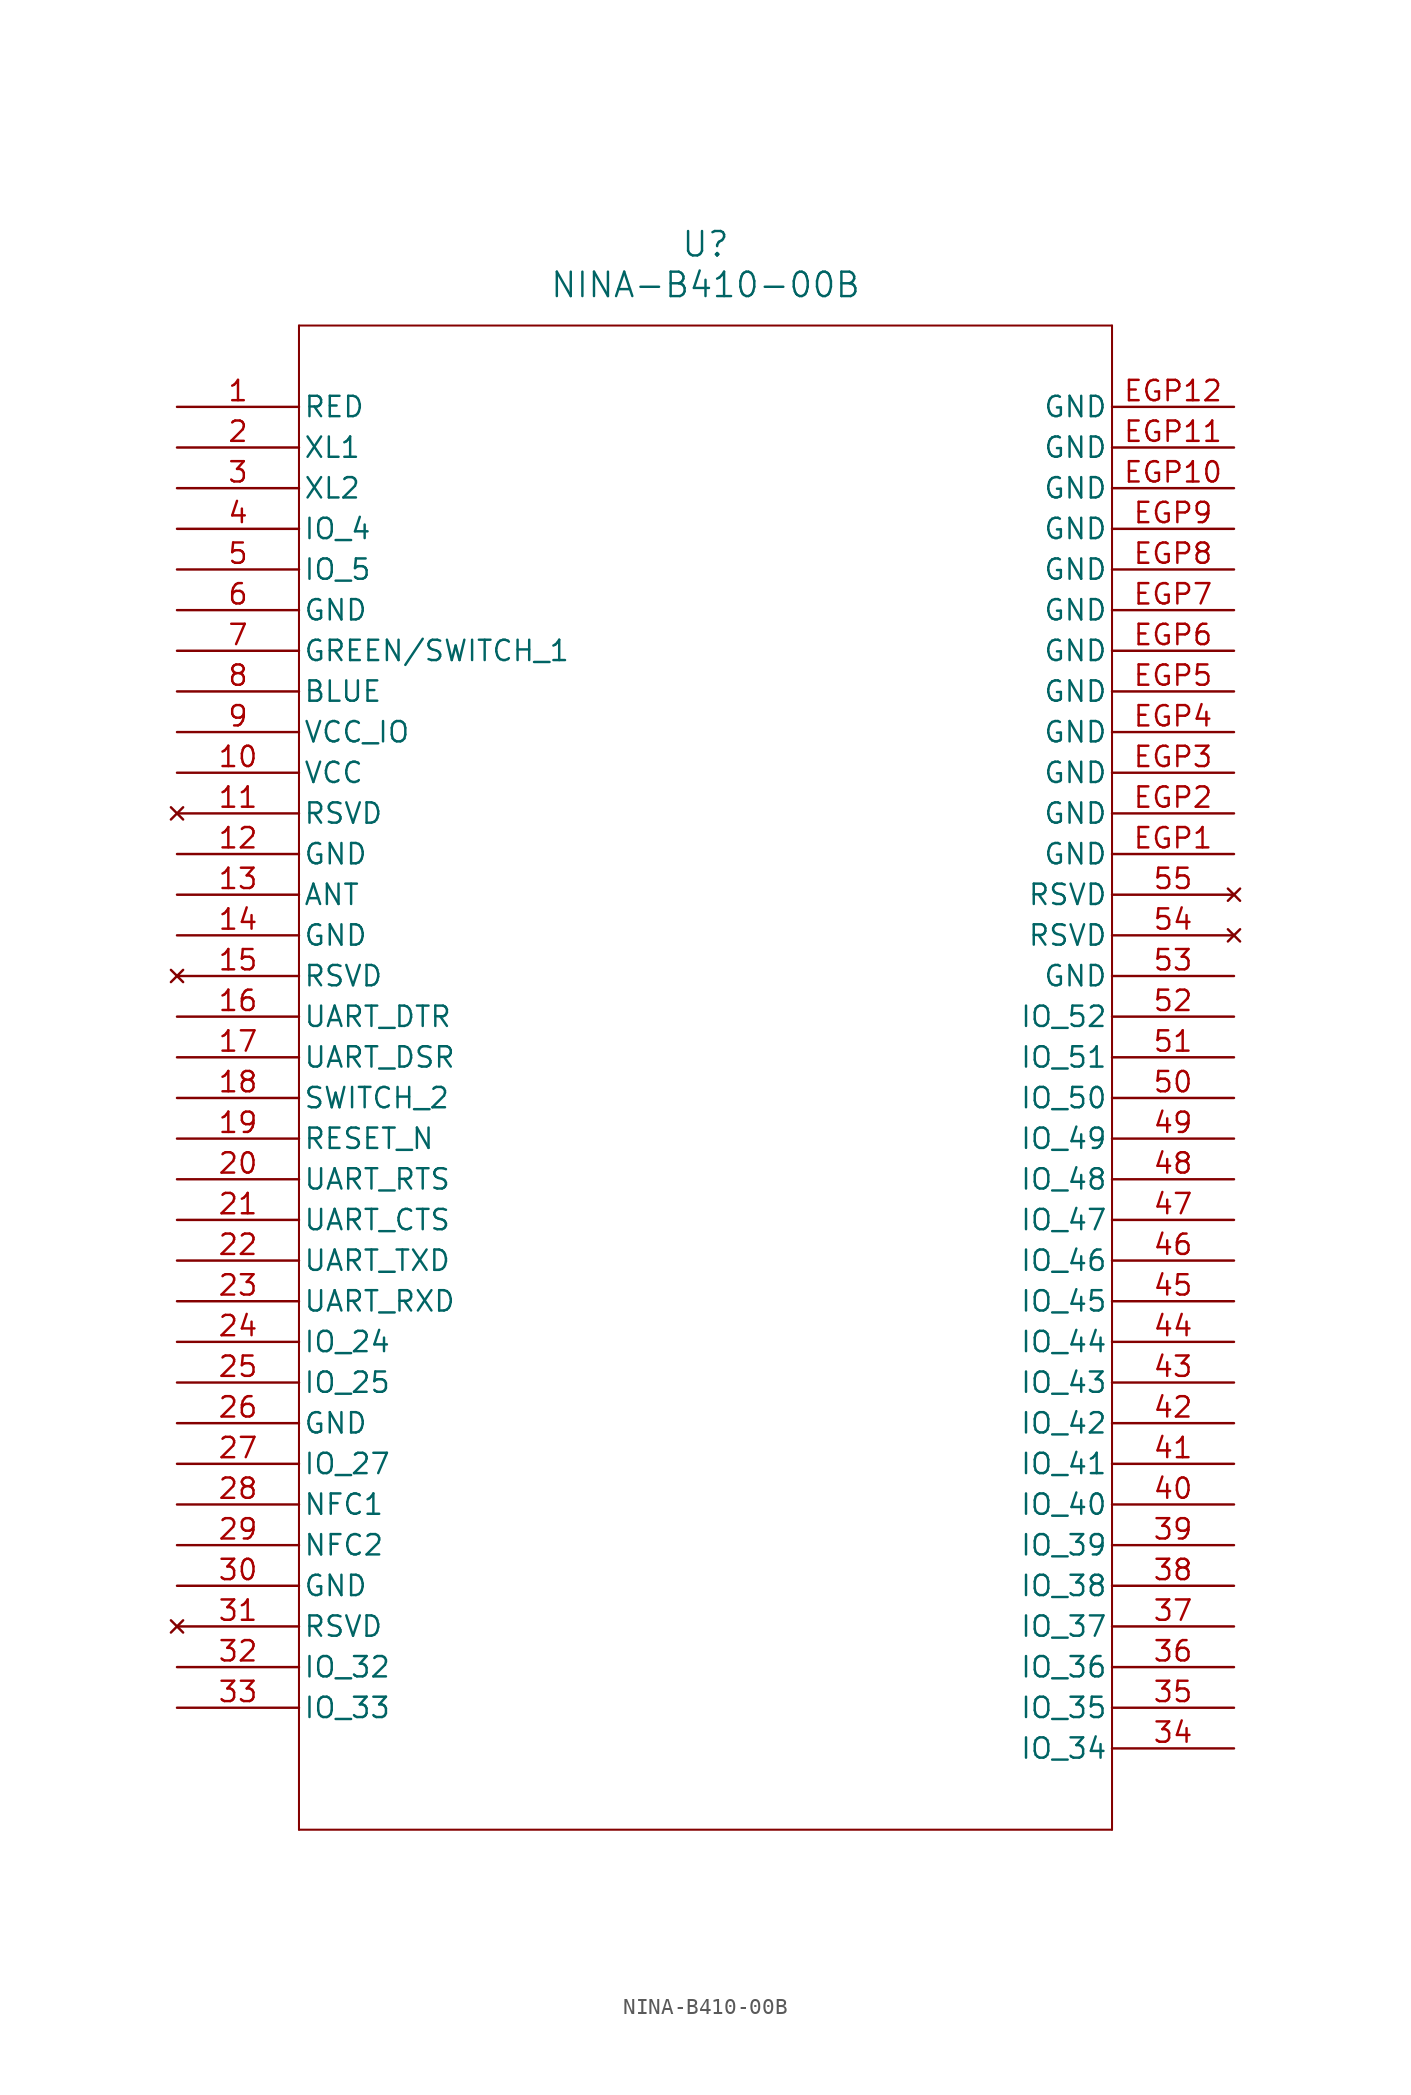
<source format=kicad_sym>
(kicad_symbol_lib
  (version 20211014)
  (generator kicad_symbol_editor)
  (symbol "NINA-B410-00B"
    (pin_names
      (offset 0.254))
    (property "Reference" "U"
      (at 33.02 10.16 0)
      (effects (font (size 1.524 1.524))))
    (property "Value" "NINA-B410-00B"
      (at 33.02 7.62 0)
      (effects (font (size 1.524 1.524))))
    (symbol "NINA-B410-00B_0_1"
      (polyline (pts (xy 7.62 5.08) (xy 7.62 -88.9)) (stroke (width 0.127) (type default) (color 0 0 0 0)) (fill (type none)))
      (polyline (pts (xy 7.62 -88.9) (xy 58.42 -88.9)) (stroke (width 0.127) (type default) (color 0 0 0 0)) (fill (type none)))
      (polyline (pts (xy 58.42 -88.9) (xy 58.42 5.08)) (stroke (width 0.127) (type default) (color 0 0 0 0)) (fill (type none)))
      (polyline (pts (xy 58.42 5.08) (xy 7.62 5.08)) (stroke (width 0.127) (type default) (color 0 0 0 0)) (fill (type none)))
      (pin output line (at 0 0 0) (length 7.62) (name "RED" (effects (font (size 1.27 1.27)))) (number "1" (effects (font (size 1.27 1.27)))))
      (pin bidirectional line (at 0 -2.54 0) (length 7.62) (name "XL1" (effects (font (size 1.27 1.27)))) (number "2" (effects (font (size 1.27 1.27)))))
      (pin bidirectional line (at 0 -5.08 0) (length 7.62) (name "XL2" (effects (font (size 1.27 1.27)))) (number "3" (effects (font (size 1.27 1.27)))))
      (pin bidirectional line (at 0 -7.62 0) (length 7.62) (name "IO_4" (effects (font (size 1.27 1.27)))) (number "4" (effects (font (size 1.27 1.27)))))
      (pin bidirectional line (at 0 -10.16 0) (length 7.62) (name "IO_5" (effects (font (size 1.27 1.27)))) (number "5" (effects (font (size 1.27 1.27)))))
      (pin power_out line (at 0 -12.7 0) (length 7.62) (name "GND" (effects (font (size 1.27 1.27)))) (number "6" (effects (font (size 1.27 1.27)))))
      (pin bidirectional line (at 0 -15.24 0) (length 7.62) (name "GREEN/SWITCH_1" (effects (font (size 1.27 1.27)))) (number "7" (effects (font (size 1.27 1.27)))))
      (pin output line (at 0 -17.78 0) (length 7.62) (name "BLUE" (effects (font (size 1.27 1.27)))) (number "8" (effects (font (size 1.27 1.27)))))
      (pin power_in line (at 0 -20.32 0) (length 7.62) (name "VCC_IO" (effects (font (size 1.27 1.27)))) (number "9" (effects (font (size 1.27 1.27)))))
      (pin power_in line (at 0 -22.86 0) (length 7.62) (name "VCC" (effects (font (size 1.27 1.27)))) (number "10" (effects (font (size 1.27 1.27)))))
      (pin no_connect line (at 0 -25.4 0) (length 7.62) (name "RSVD" (effects (font (size 1.27 1.27)))) (number "11" (effects (font (size 1.27 1.27)))))
      (pin power_out line (at 0 -27.94 0) (length 7.62) (name "GND" (effects (font (size 1.27 1.27)))) (number "12" (effects (font (size 1.27 1.27)))))
      (pin bidirectional line (at 0 -30.48 0) (length 7.62) (name "ANT" (effects (font (size 1.27 1.27)))) (number "13" (effects (font (size 1.27 1.27)))))
      (pin power_out line (at 0 -33.02 0) (length 7.62) (name "GND" (effects (font (size 1.27 1.27)))) (number "14" (effects (font (size 1.27 1.27)))))
      (pin no_connect line (at 0 -35.56 0) (length 7.62) (name "RSVD" (effects (font (size 1.27 1.27)))) (number "15" (effects (font (size 1.27 1.27)))))
      (pin output line (at 0 -38.1 0) (length 7.62) (name "UART_DTR" (effects (font (size 1.27 1.27)))) (number "16" (effects (font (size 1.27 1.27)))))
      (pin input line (at 0 -40.64 0) (length 7.62) (name "UART_DSR" (effects (font (size 1.27 1.27)))) (number "17" (effects (font (size 1.27 1.27)))))
      (pin input line (at 0 -43.18 0) (length 7.62) (name "SWITCH_2" (effects (font (size 1.27 1.27)))) (number "18" (effects (font (size 1.27 1.27)))))
      (pin input line (at 0 -45.72 0) (length 7.62) (name "RESET_N" (effects (font (size 1.27 1.27)))) (number "19" (effects (font (size 1.27 1.27)))))
      (pin output line (at 0 -48.26 0) (length 7.62) (name "UART_RTS" (effects (font (size 1.27 1.27)))) (number "20" (effects (font (size 1.27 1.27)))))
      (pin input line (at 0 -50.8 0) (length 7.62) (name "UART_CTS" (effects (font (size 1.27 1.27)))) (number "21" (effects (font (size 1.27 1.27)))))
      (pin output line (at 0 -53.34 0) (length 7.62) (name "UART_TXD" (effects (font (size 1.27 1.27)))) (number "22" (effects (font (size 1.27 1.27)))))
      (pin input line (at 0 -55.88 0) (length 7.62) (name "UART_RXD" (effects (font (size 1.27 1.27)))) (number "23" (effects (font (size 1.27 1.27)))))
      (pin bidirectional line (at 0 -58.42 0) (length 7.62) (name "IO_24" (effects (font (size 1.27 1.27)))) (number "24" (effects (font (size 1.27 1.27)))))
      (pin bidirectional line (at 0 -60.96 0) (length 7.62) (name "IO_25" (effects (font (size 1.27 1.27)))) (number "25" (effects (font (size 1.27 1.27)))))
      (pin power_out line (at 0 -63.5 0) (length 7.62) (name "GND" (effects (font (size 1.27 1.27)))) (number "26" (effects (font (size 1.27 1.27)))))
      (pin bidirectional line (at 0 -66.04 0) (length 7.62) (name "IO_27" (effects (font (size 1.27 1.27)))) (number "27" (effects (font (size 1.27 1.27)))))
      (pin bidirectional line (at 0 -68.58 0) (length 7.62) (name "NFC1" (effects (font (size 1.27 1.27)))) (number "28" (effects (font (size 1.27 1.27)))))
      (pin bidirectional line (at 0 -71.12 0) (length 7.62) (name "NFC2" (effects (font (size 1.27 1.27)))) (number "29" (effects (font (size 1.27 1.27)))))
      (pin power_out line (at 0 -73.66 0) (length 7.62) (name "GND" (effects (font (size 1.27 1.27)))) (number "30" (effects (font (size 1.27 1.27)))))
      (pin no_connect line (at 0 -76.2 0) (length 7.62) (name "RSVD" (effects (font (size 1.27 1.27)))) (number "31" (effects (font (size 1.27 1.27)))))
      (pin bidirectional line (at 0 -78.74 0) (length 7.62) (name "IO_32" (effects (font (size 1.27 1.27)))) (number "32" (effects (font (size 1.27 1.27)))))
      (pin bidirectional line (at 0 -81.28 0) (length 7.62) (name "IO_33" (effects (font (size 1.27 1.27)))) (number "33" (effects (font (size 1.27 1.27)))))
      (pin bidirectional line (at 66.04 -83.82 180) (length 7.62) (name "IO_34" (effects (font (size 1.27 1.27)))) (number "34" (effects (font (size 1.27 1.27)))))
      (pin bidirectional line (at 66.04 -81.28 180) (length 7.62) (name "IO_35" (effects (font (size 1.27 1.27)))) (number "35" (effects (font (size 1.27 1.27)))))
      (pin bidirectional line (at 66.04 -78.74 180) (length 7.62) (name "IO_36" (effects (font (size 1.27 1.27)))) (number "36" (effects (font (size 1.27 1.27)))))
      (pin bidirectional line (at 66.04 -76.2 180) (length 7.62) (name "IO_37" (effects (font (size 1.27 1.27)))) (number "37" (effects (font (size 1.27 1.27)))))
      (pin bidirectional line (at 66.04 -73.66 180) (length 7.62) (name "IO_38" (effects (font (size 1.27 1.27)))) (number "38" (effects (font (size 1.27 1.27)))))
      (pin bidirectional line (at 66.04 -71.12 180) (length 7.62) (name "IO_39" (effects (font (size 1.27 1.27)))) (number "39" (effects (font (size 1.27 1.27)))))
      (pin bidirectional line (at 66.04 -68.58 180) (length 7.62) (name "IO_40" (effects (font (size 1.27 1.27)))) (number "40" (effects (font (size 1.27 1.27)))))
      (pin bidirectional line (at 66.04 -66.04 180) (length 7.62) (name "IO_41" (effects (font (size 1.27 1.27)))) (number "41" (effects (font (size 1.27 1.27)))))
      (pin bidirectional line (at 66.04 -63.5 180) (length 7.62) (name "IO_42" (effects (font (size 1.27 1.27)))) (number "42" (effects (font (size 1.27 1.27)))))
      (pin bidirectional line (at 66.04 -60.96 180) (length 7.62) (name "IO_43" (effects (font (size 1.27 1.27)))) (number "43" (effects (font (size 1.27 1.27)))))
      (pin bidirectional line (at 66.04 -58.42 180) (length 7.62) (name "IO_44" (effects (font (size 1.27 1.27)))) (number "44" (effects (font (size 1.27 1.27)))))
      (pin bidirectional line (at 66.04 -55.88 180) (length 7.62) (name "IO_45" (effects (font (size 1.27 1.27)))) (number "45" (effects (font (size 1.27 1.27)))))
      (pin bidirectional line (at 66.04 -53.34 180) (length 7.62) (name "IO_46" (effects (font (size 1.27 1.27)))) (number "46" (effects (font (size 1.27 1.27)))))
      (pin bidirectional line (at 66.04 -50.8 180) (length 7.62) (name "IO_47" (effects (font (size 1.27 1.27)))) (number "47" (effects (font (size 1.27 1.27)))))
      (pin bidirectional line (at 66.04 -48.26 180) (length 7.62) (name "IO_48" (effects (font (size 1.27 1.27)))) (number "48" (effects (font (size 1.27 1.27)))))
      (pin bidirectional line (at 66.04 -45.72 180) (length 7.62) (name "IO_49" (effects (font (size 1.27 1.27)))) (number "49" (effects (font (size 1.27 1.27)))))
      (pin bidirectional line (at 66.04 -43.18 180) (length 7.62) (name "IO_50" (effects (font (size 1.27 1.27)))) (number "50" (effects (font (size 1.27 1.27)))))
      (pin bidirectional line (at 66.04 -40.64 180) (length 7.62) (name "IO_51" (effects (font (size 1.27 1.27)))) (number "51" (effects (font (size 1.27 1.27)))))
      (pin bidirectional line (at 66.04 -38.1 180) (length 7.62) (name "IO_52" (effects (font (size 1.27 1.27)))) (number "52" (effects (font (size 1.27 1.27)))))
      (pin power_out line (at 66.04 -35.56 180) (length 7.62) (name "GND" (effects (font (size 1.27 1.27)))) (number "53" (effects (font (size 1.27 1.27)))))
      (pin no_connect line (at 66.04 -33.02 180) (length 7.62) (name "RSVD" (effects (font (size 1.27 1.27)))) (number "54" (effects (font (size 1.27 1.27)))))
      (pin no_connect line (at 66.04 -30.48 180) (length 7.62) (name "RSVD" (effects (font (size 1.27 1.27)))) (number "55" (effects (font (size 1.27 1.27)))))
      (pin power_out line (at 66.04 -27.94 180) (length 7.62) (name "GND" (effects (font (size 1.27 1.27)))) (number "EGP1" (effects (font (size 1.27 1.27)))))
      (pin power_out line (at 66.04 -25.4 180) (length 7.62) (name "GND" (effects (font (size 1.27 1.27)))) (number "EGP2" (effects (font (size 1.27 1.27)))))
      (pin power_out line (at 66.04 -22.86 180) (length 7.62) (name "GND" (effects (font (size 1.27 1.27)))) (number "EGP3" (effects (font (size 1.27 1.27)))))
      (pin power_out line (at 66.04 -20.32 180) (length 7.62) (name "GND" (effects (font (size 1.27 1.27)))) (number "EGP4" (effects (font (size 1.27 1.27)))))
      (pin power_out line (at 66.04 -17.78 180) (length 7.62) (name "GND" (effects (font (size 1.27 1.27)))) (number "EGP5" (effects (font (size 1.27 1.27)))))
      (pin power_out line (at 66.04 -15.24 180) (length 7.62) (name "GND" (effects (font (size 1.27 1.27)))) (number "EGP6" (effects (font (size 1.27 1.27)))))
      (pin power_out line (at 66.04 -12.7 180) (length 7.62) (name "GND" (effects (font (size 1.27 1.27)))) (number "EGP7" (effects (font (size 1.27 1.27)))))
      (pin power_out line (at 66.04 -10.16 180) (length 7.62) (name "GND" (effects (font (size 1.27 1.27)))) (number "EGP8" (effects (font (size 1.27 1.27)))))
      (pin power_out line (at 66.04 -7.62 180) (length 7.62) (name "GND" (effects (font (size 1.27 1.27)))) (number "EGP9" (effects (font (size 1.27 1.27)))))
      (pin power_out line (at 66.04 -5.08 180) (length 7.62) (name "GND" (effects (font (size 1.27 1.27)))) (number "EGP10" (effects (font (size 1.27 1.27)))))
      (pin power_out line (at 66.04 -2.54 180) (length 7.62) (name "GND" (effects (font (size 1.27 1.27)))) (number "EGP11" (effects (font (size 1.27 1.27)))))
      (pin power_out line (at 66.04 0 180) (length 7.62) (name "GND" (effects (font (size 1.27 1.27)))) (number "EGP12" (effects (font (size 1.27 1.27))))))))
</source>
